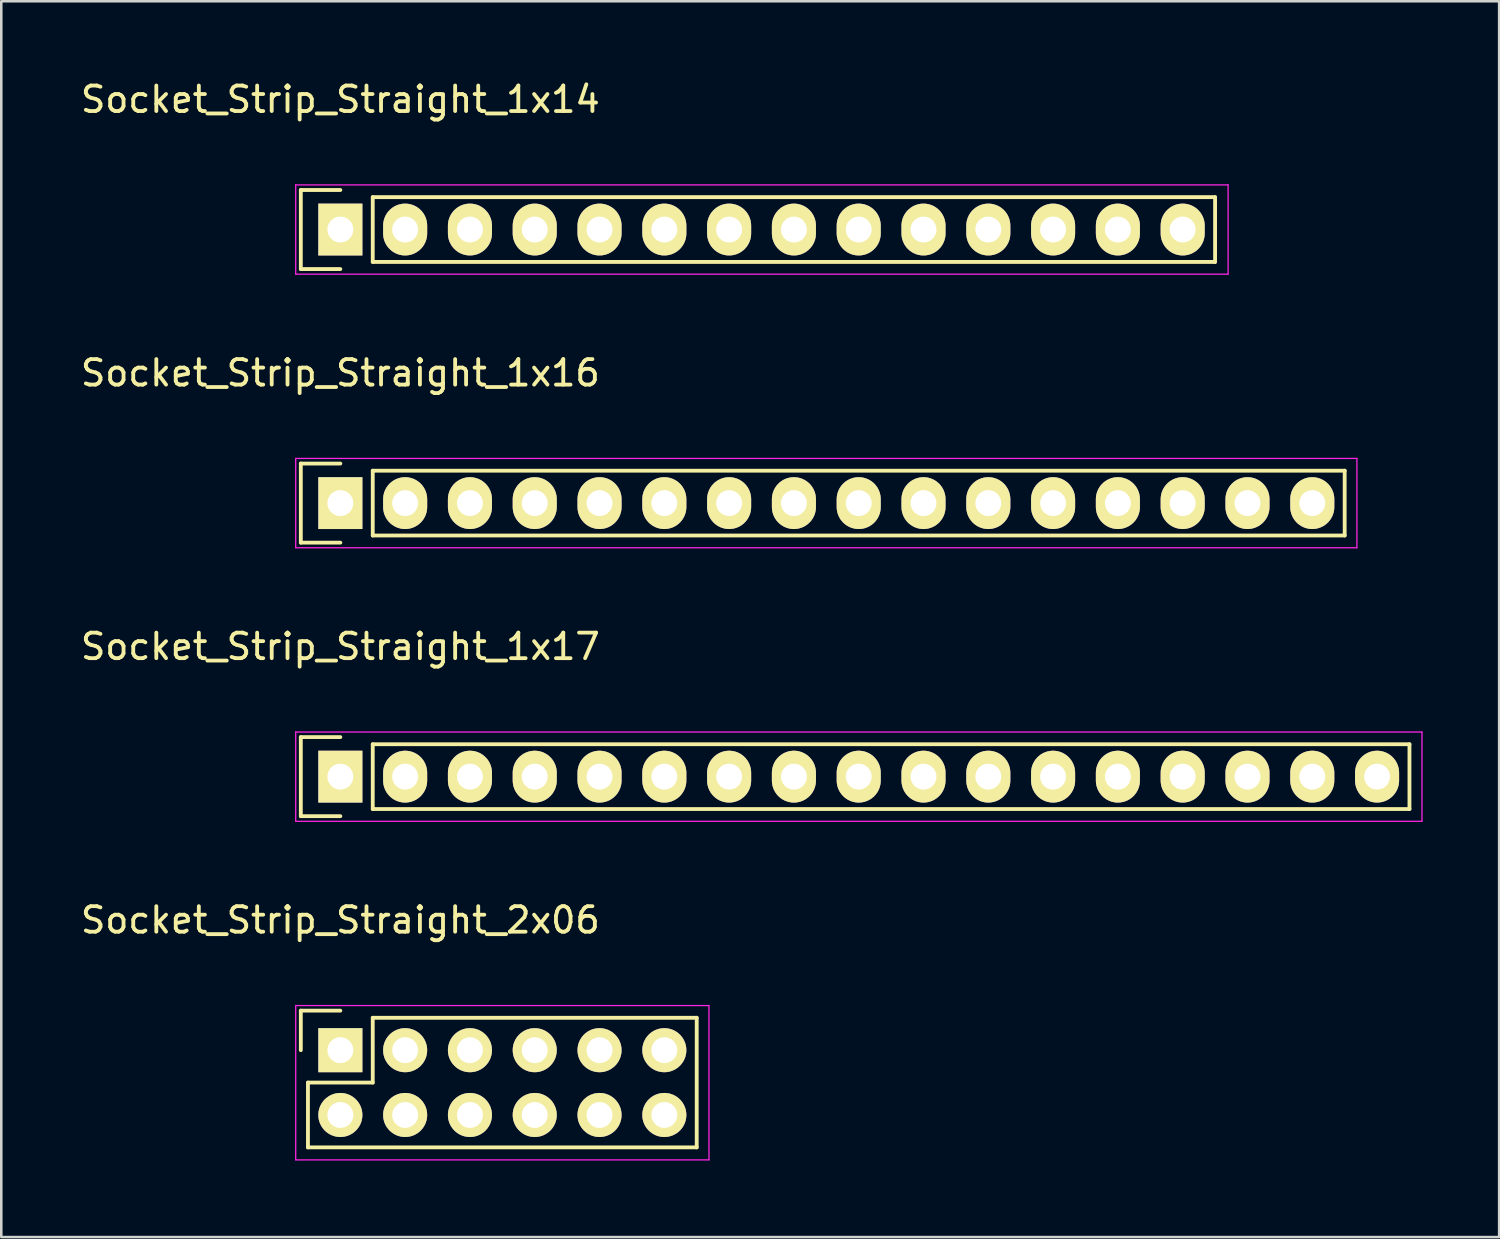
<source format=kicad_pcb>
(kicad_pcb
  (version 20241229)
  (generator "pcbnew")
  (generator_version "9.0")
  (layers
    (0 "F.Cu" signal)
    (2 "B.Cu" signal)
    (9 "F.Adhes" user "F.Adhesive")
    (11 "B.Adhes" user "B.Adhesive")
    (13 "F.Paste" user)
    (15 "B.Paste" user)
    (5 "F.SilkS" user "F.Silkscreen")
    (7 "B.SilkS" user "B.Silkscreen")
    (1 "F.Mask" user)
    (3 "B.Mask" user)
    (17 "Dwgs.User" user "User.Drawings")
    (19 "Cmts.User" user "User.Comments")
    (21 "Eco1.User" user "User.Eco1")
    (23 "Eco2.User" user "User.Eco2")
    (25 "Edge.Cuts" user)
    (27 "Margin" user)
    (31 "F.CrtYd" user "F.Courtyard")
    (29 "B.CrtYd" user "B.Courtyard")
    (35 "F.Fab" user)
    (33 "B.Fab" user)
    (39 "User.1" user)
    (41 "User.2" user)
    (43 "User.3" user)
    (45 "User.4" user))
  (footprint "Socket_Strip_Straight_1x16"
    (layer "F.Cu")
    (at 10.292 16.672)
    (property "Reference" "Socket_Strip_Straight_1x16" (at 0 -5.1 0) (layer "F.SilkS") (effects (font (size 1 1) (thickness 0.15))))
    (attr through_hole)
    (fp_line (start -1.55 -1.55) (end -1.55 1.55) (stroke (width 0.15) (type solid)) (layer "F.SilkS"))
    (fp_line (start -1.55 1.55) (end 0 1.55) (stroke (width 0.15) (type solid)) (layer "F.SilkS"))
    (fp_line (start 0 -1.55) (end -1.55 -1.55) (stroke (width 0.15) (type solid)) (layer "F.SilkS"))
    (fp_line (start 1.27 -1.27) (end 39.37 -1.27) (stroke (width 0.15) (type solid)) (layer "F.SilkS"))
    (fp_line (start 1.27 1.27) (end 1.27 -1.27) (stroke (width 0.15) (type solid)) (layer "F.SilkS"))
    (fp_line (start 39.37 -1.27) (end 39.37 1.27) (stroke (width 0.15) (type solid)) (layer "F.SilkS"))
    (fp_line (start 39.37 1.27) (end 1.27 1.27) (stroke (width 0.15) (type solid)) (layer "F.SilkS"))
    (fp_line (start -1.75 -1.75) (end -1.75 1.75) (stroke (width 0.05) (type solid)) (layer "F.CrtYd"))
    (fp_line (start -1.75 -1.75) (end 39.85 -1.75) (stroke (width 0.05) (type solid)) (layer "F.CrtYd"))
    (fp_line (start -1.75 1.75) (end 39.85 1.75) (stroke (width 0.05) (type solid)) (layer "F.CrtYd"))
    (fp_line (start 39.85 -1.75) (end 39.85 1.75) (stroke (width 0.05) (type solid)) (layer "F.CrtYd"))
    (pad "1" thru_hole rect (at 0 0) (size 1.727 2.032) (drill 1.016) (layers "*.Cu" "*.Mask" "F.SilkS"))
    (pad "2" thru_hole oval (at 2.54 0) (size 1.727 2.032) (drill 1.016) (layers "*.Cu" "*.Mask" "F.SilkS"))
    (pad "3" thru_hole oval (at 5.08 0) (size 1.727 2.032) (drill 1.016) (layers "*.Cu" "*.Mask" "F.SilkS"))
    (pad "4" thru_hole oval (at 7.62 0) (size 1.727 2.032) (drill 1.016) (layers "*.Cu" "*.Mask" "F.SilkS"))
    (pad "5" thru_hole oval (at 10.16 0) (size 1.727 2.032) (drill 1.016) (layers "*.Cu" "*.Mask" "F.SilkS"))
    (pad "6" thru_hole oval (at 12.7 0) (size 1.727 2.032) (drill 1.016) (layers "*.Cu" "*.Mask" "F.SilkS"))
    (pad "7" thru_hole oval (at 15.24 0) (size 1.727 2.032) (drill 1.016) (layers "*.Cu" "*.Mask" "F.SilkS"))
    (pad "8" thru_hole oval (at 17.78 0) (size 1.727 2.032) (drill 1.016) (layers "*.Cu" "*.Mask" "F.SilkS"))
    (pad "9" thru_hole oval (at 20.32 0) (size 1.727 2.032) (drill 1.016) (layers "*.Cu" "*.Mask" "F.SilkS"))
    (pad "10" thru_hole oval (at 22.86 0) (size 1.727 2.032) (drill 1.016) (layers "*.Cu" "*.Mask" "F.SilkS"))
    (pad "11" thru_hole oval (at 25.4 0) (size 1.727 2.032) (drill 1.016) (layers "*.Cu" "*.Mask" "F.SilkS"))
    (pad "12" thru_hole oval (at 27.94 0) (size 1.727 2.032) (drill 1.016) (layers "*.Cu" "*.Mask" "F.SilkS"))
    (pad "13" thru_hole oval (at 30.48 0) (size 1.727 2.032) (drill 1.016) (layers "*.Cu" "*.Mask" "F.SilkS"))
    (pad "14" thru_hole oval (at 33.02 0) (size 1.727 2.032) (drill 1.016) (layers "*.Cu" "*.Mask" "F.SilkS"))
    (pad "15" thru_hole oval (at 35.56 0) (size 1.727 2.032) (drill 1.016) (layers "*.Cu" "*.Mask" "F.SilkS"))
    (pad "16" thru_hole oval (at 38.1 0) (size 1.727 2.032) (drill 1.016) (layers "*.Cu" "*.Mask" "F.SilkS")))
  (footprint "Socket_Strip_Straight_1x14"
    (layer "F.Cu")
    (at 10.292 5.948)
    (property "Reference" "Socket_Strip_Straight_1x14" (at 0 -5.1 0) (layer "F.SilkS") (effects (font (size 1 1) (thickness 0.15))))
    (attr through_hole)
    (fp_line (start -1.55 -1.55) (end -1.55 1.55) (stroke (width 0.15) (type solid)) (layer "F.SilkS"))
    (fp_line (start -1.55 1.55) (end 0 1.55) (stroke (width 0.15) (type solid)) (layer "F.SilkS"))
    (fp_line (start 0 -1.55) (end -1.55 -1.55) (stroke (width 0.15) (type solid)) (layer "F.SilkS"))
    (fp_line (start 1.27 -1.27) (end 34.29 -1.27) (stroke (width 0.15) (type solid)) (layer "F.SilkS"))
    (fp_line (start 1.27 1.27) (end 1.27 -1.27) (stroke (width 0.15) (type solid)) (layer "F.SilkS"))
    (fp_line (start 34.29 -1.27) (end 34.29 1.27) (stroke (width 0.15) (type solid)) (layer "F.SilkS"))
    (fp_line (start 34.29 1.27) (end 1.27 1.27) (stroke (width 0.15) (type solid)) (layer "F.SilkS"))
    (fp_line (start -1.75 -1.75) (end -1.75 1.75) (stroke (width 0.05) (type solid)) (layer "F.CrtYd"))
    (fp_line (start -1.75 -1.75) (end 34.8 -1.75) (stroke (width 0.05) (type solid)) (layer "F.CrtYd"))
    (fp_line (start -1.75 1.75) (end 34.8 1.75) (stroke (width 0.05) (type solid)) (layer "F.CrtYd"))
    (fp_line (start 34.8 -1.75) (end 34.8 1.75) (stroke (width 0.05) (type solid)) (layer "F.CrtYd"))
    (pad "1" thru_hole rect (at 0 0) (size 1.727 2.032) (drill 1.016) (layers "*.Cu" "*.Mask" "F.SilkS"))
    (pad "2" thru_hole oval (at 2.54 0) (size 1.727 2.032) (drill 1.016) (layers "*.Cu" "*.Mask" "F.SilkS"))
    (pad "3" thru_hole oval (at 5.08 0) (size 1.727 2.032) (drill 1.016) (layers "*.Cu" "*.Mask" "F.SilkS"))
    (pad "4" thru_hole oval (at 7.62 0) (size 1.727 2.032) (drill 1.016) (layers "*.Cu" "*.Mask" "F.SilkS"))
    (pad "5" thru_hole oval (at 10.16 0) (size 1.727 2.032) (drill 1.016) (layers "*.Cu" "*.Mask" "F.SilkS"))
    (pad "6" thru_hole oval (at 12.7 0) (size 1.727 2.032) (drill 1.016) (layers "*.Cu" "*.Mask" "F.SilkS"))
    (pad "7" thru_hole oval (at 15.24 0) (size 1.727 2.032) (drill 1.016) (layers "*.Cu" "*.Mask" "F.SilkS"))
    (pad "8" thru_hole oval (at 17.78 0) (size 1.727 2.032) (drill 1.016) (layers "*.Cu" "*.Mask" "F.SilkS"))
    (pad "9" thru_hole oval (at 20.32 0) (size 1.727 2.032) (drill 1.016) (layers "*.Cu" "*.Mask" "F.SilkS"))
    (pad "10" thru_hole oval (at 22.86 0) (size 1.727 2.032) (drill 1.016) (layers "*.Cu" "*.Mask" "F.SilkS"))
    (pad "11" thru_hole oval (at 25.4 0) (size 1.727 2.032) (drill 1.016) (layers "*.Cu" "*.Mask" "F.SilkS"))
    (pad "12" thru_hole oval (at 27.94 0) (size 1.727 2.032) (drill 1.016) (layers "*.Cu" "*.Mask" "F.SilkS"))
    (pad "13" thru_hole oval (at 30.48 0) (size 1.727 2.032) (drill 1.016) (layers "*.Cu" "*.Mask" "F.SilkS"))
    (pad "14" thru_hole oval (at 33.02 0) (size 1.727 2.032) (drill 1.016) (layers "*.Cu" "*.Mask" "F.SilkS")))
  (footprint "Socket_Strip_Straight_1x17"
    (layer "F.Cu")
    (at 10.292 27.395)
    (property "Reference" "Socket_Strip_Straight_1x17" (at 0 -5.1 0) (layer "F.SilkS") (effects (font (size 1 1) (thickness 0.15))))
    (attr through_hole)
    (fp_line (start -1.55 -1.55) (end -1.55 1.55) (stroke (width 0.15) (type solid)) (layer "F.SilkS"))
    (fp_line (start -1.55 1.55) (end 0 1.55) (stroke (width 0.15) (type solid)) (layer "F.SilkS"))
    (fp_line (start 0 -1.55) (end -1.55 -1.55) (stroke (width 0.15) (type solid)) (layer "F.SilkS"))
    (fp_line (start 1.27 1.27) (end 1.27 -1.27) (stroke (width 0.15) (type solid)) (layer "F.SilkS"))
    (fp_line (start 1.27 1.27) (end 41.91 1.27) (stroke (width 0.15) (type solid)) (layer "F.SilkS"))
    (fp_line (start 41.91 -1.27) (end 1.27 -1.27) (stroke (width 0.15) (type solid)) (layer "F.SilkS"))
    (fp_line (start 41.91 1.27) (end 41.91 -1.27) (stroke (width 0.15) (type solid)) (layer "F.SilkS"))
    (fp_line (start -1.75 -1.75) (end -1.75 1.75) (stroke (width 0.05) (type solid)) (layer "F.CrtYd"))
    (fp_line (start -1.75 -1.75) (end 42.4 -1.75) (stroke (width 0.05) (type solid)) (layer "F.CrtYd"))
    (fp_line (start -1.75 1.75) (end 42.4 1.75) (stroke (width 0.05) (type solid)) (layer "F.CrtYd"))
    (fp_line (start 42.4 -1.75) (end 42.4 1.75) (stroke (width 0.05) (type solid)) (layer "F.CrtYd"))
    (pad "1" thru_hole rect (at 0 0) (size 1.727 2.032) (drill 1.016) (layers "*.Cu" "*.Mask" "F.SilkS"))
    (pad "2" thru_hole oval (at 2.54 0) (size 1.727 2.032) (drill 1.016) (layers "*.Cu" "*.Mask" "F.SilkS"))
    (pad "3" thru_hole oval (at 5.08 0) (size 1.727 2.032) (drill 1.016) (layers "*.Cu" "*.Mask" "F.SilkS"))
    (pad "4" thru_hole oval (at 7.62 0) (size 1.727 2.032) (drill 1.016) (layers "*.Cu" "*.Mask" "F.SilkS"))
    (pad "5" thru_hole oval (at 10.16 0) (size 1.727 2.032) (drill 1.016) (layers "*.Cu" "*.Mask" "F.SilkS"))
    (pad "6" thru_hole oval (at 12.7 0) (size 1.727 2.032) (drill 1.016) (layers "*.Cu" "*.Mask" "F.SilkS"))
    (pad "7" thru_hole oval (at 15.24 0) (size 1.727 2.032) (drill 1.016) (layers "*.Cu" "*.Mask" "F.SilkS"))
    (pad "8" thru_hole oval (at 17.78 0) (size 1.727 2.032) (drill 1.016) (layers "*.Cu" "*.Mask" "F.SilkS"))
    (pad "9" thru_hole oval (at 20.32 0) (size 1.727 2.032) (drill 1.016) (layers "*.Cu" "*.Mask" "F.SilkS"))
    (pad "10" thru_hole oval (at 22.86 0) (size 1.727 2.032) (drill 1.016) (layers "*.Cu" "*.Mask" "F.SilkS"))
    (pad "11" thru_hole oval (at 25.4 0) (size 1.727 2.032) (drill 1.016) (layers "*.Cu" "*.Mask" "F.SilkS"))
    (pad "12" thru_hole oval (at 27.94 0) (size 1.727 2.032) (drill 1.016) (layers "*.Cu" "*.Mask" "F.SilkS"))
    (pad "13" thru_hole oval (at 30.48 0) (size 1.727 2.032) (drill 1.016) (layers "*.Cu" "*.Mask" "F.SilkS"))
    (pad "14" thru_hole oval (at 33.02 0) (size 1.727 2.032) (drill 1.016) (layers "*.Cu" "*.Mask" "F.SilkS"))
    (pad "15" thru_hole oval (at 35.56 0) (size 1.727 2.032) (drill 1.016) (layers "*.Cu" "*.Mask" "F.SilkS"))
    (pad "16" thru_hole oval (at 38.1 0) (size 1.727 2.032) (drill 1.016) (layers "*.Cu" "*.Mask" "F.SilkS"))
    (pad "17" thru_hole oval (at 40.64 0) (size 1.727 2.032) (drill 1.016) (layers "*.Cu" "*.Mask" "F.SilkS")))
  (footprint "Socket_Strip_Straight_2x06"
    (layer "F.Cu")
    (at 10.292 38.118)
    (property "Reference" "Socket_Strip_Straight_2x06" (at 0 -5.1 0) (layer "F.SilkS") (effects (font (size 1 1) (thickness 0.15))))
    (attr through_hole)
    (fp_line (start -1.55 -1.55) (end -1.55 0) (stroke (width 0.15) (type solid)) (layer "F.SilkS"))
    (fp_line (start -1.27 1.27) (end 1.27 1.27) (stroke (width 0.15) (type solid)) (layer "F.SilkS"))
    (fp_line (start -1.27 3.81) (end -1.27 1.27) (stroke (width 0.15) (type solid)) (layer "F.SilkS"))
    (fp_line (start 0 -1.55) (end -1.55 -1.55) (stroke (width 0.15) (type solid)) (layer "F.SilkS"))
    (fp_line (start 1.27 -1.27) (end 13.97 -1.27) (stroke (width 0.15) (type solid)) (layer "F.SilkS"))
    (fp_line (start 1.27 1.27) (end 1.27 -1.27) (stroke (width 0.15) (type solid)) (layer "F.SilkS"))
    (fp_line (start 13.97 3.81) (end -1.27 3.81) (stroke (width 0.15) (type solid)) (layer "F.SilkS"))
    (fp_line (start 13.97 3.81) (end 13.97 -1.27) (stroke (width 0.15) (type solid)) (layer "F.SilkS"))
    (fp_line (start -1.75 -1.75) (end -1.75 4.3) (stroke (width 0.05) (type solid)) (layer "F.CrtYd"))
    (fp_line (start -1.75 -1.75) (end 14.45 -1.75) (stroke (width 0.05) (type solid)) (layer "F.CrtYd"))
    (fp_line (start -1.75 4.3) (end 14.45 4.3) (stroke (width 0.05) (type solid)) (layer "F.CrtYd"))
    (fp_line (start 14.45 -1.75) (end 14.45 4.3) (stroke (width 0.05) (type solid)) (layer "F.CrtYd"))
    (pad "1" thru_hole rect (at 0 0) (size 1.727 1.727) (drill 1.016) (layers "*.Cu" "*.Mask" "F.SilkS"))
    (pad "2" thru_hole oval (at 0 2.54) (size 1.727 1.727) (drill 1.016) (layers "*.Cu" "*.Mask" "F.SilkS"))
    (pad "3" thru_hole oval (at 2.54 0) (size 1.727 1.727) (drill 1.016) (layers "*.Cu" "*.Mask" "F.SilkS"))
    (pad "4" thru_hole oval (at 2.54 2.54) (size 1.727 1.727) (drill 1.016) (layers "*.Cu" "*.Mask" "F.SilkS"))
    (pad "5" thru_hole oval (at 5.08 0) (size 1.727 1.727) (drill 1.016) (layers "*.Cu" "*.Mask" "F.SilkS"))
    (pad "6" thru_hole oval (at 5.08 2.54) (size 1.727 1.727) (drill 1.016) (layers "*.Cu" "*.Mask" "F.SilkS"))
    (pad "7" thru_hole oval (at 7.62 0) (size 1.727 1.727) (drill 1.016) (layers "*.Cu" "*.Mask" "F.SilkS"))
    (pad "8" thru_hole oval (at 7.62 2.54) (size 1.727 1.727) (drill 1.016) (layers "*.Cu" "*.Mask" "F.SilkS"))
    (pad "9" thru_hole oval (at 10.16 0) (size 1.727 1.727) (drill 1.016) (layers "*.Cu" "*.Mask" "F.SilkS"))
    (pad "10" thru_hole oval (at 10.16 2.54) (size 1.727 1.727) (drill 1.016) (layers "*.Cu" "*.Mask" "F.SilkS"))
    (pad "11" thru_hole oval (at 12.7 0) (size 1.727 1.727) (drill 1.016) (layers "*.Cu" "*.Mask" "F.SilkS"))
    (pad "12" thru_hole oval (at 12.7 2.54) (size 1.727 1.727) (drill 1.016) (layers "*.Cu" "*.Mask" "F.SilkS")))
  (gr_rect
    (start -3 -3)
    (end 55.717 45.443)
    (stroke (width 0.1) (type default))
    (fill no)
    (layer "Edge.Cuts")))
</source>
